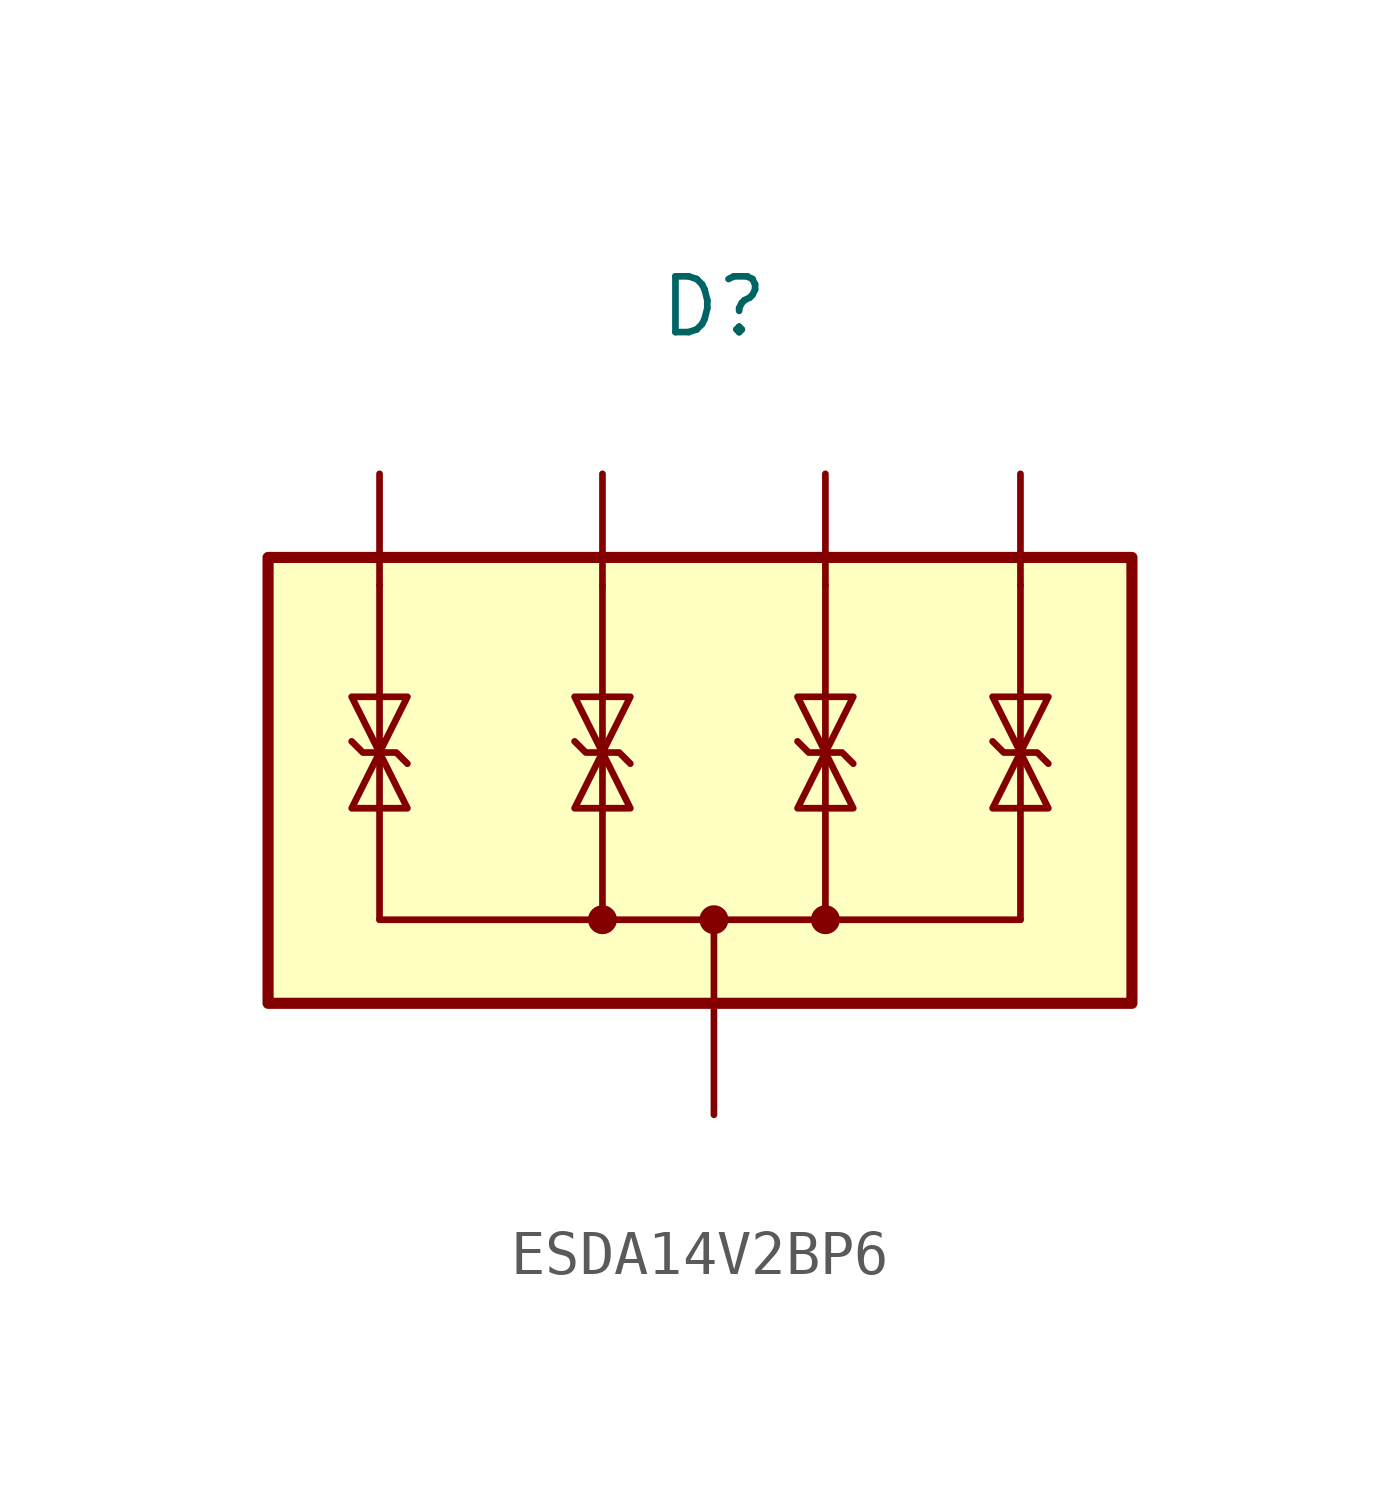
<source format=kicad_sym>
(kicad_symbol_lib
  (version 20220914)
  (generator kicad_symbol_editor)
  (symbol "ESDA14V2BP6"
    (pin_numbers hide)
    (pin_names hide)
    (property "Reference" "D"
      (at 0 0 0)
      (effects (font (size 1.27 1.27))))
    (property "Value" ""
      (at 0 0 0)
      (effects (font (size 1.27 1.27))))
    (symbol "ESDA14V2BP6_0_1"
      (rectangle (start -10.16 -5.715) (end 9.525 -15.875) (stroke (width 0.254) (type default)) (fill (type background)))
      (circle (center -2.54 -13.97) (radius 0.254) (stroke (width 0) (type default)) (fill (type outline)))
      (circle (center 0 -13.97) (radius 0.254) (stroke (width 0) (type default)) (fill (type outline)))
      (polyline (pts (xy -7.62 -6.35) (xy -7.62 -13.97)) (stroke (width 0) (type default)) (fill (type none)))
      (polyline (pts (xy -2.54 -6.35) (xy -2.54 -13.97)) (stroke (width 0) (type default)) (fill (type none)))
      (polyline (pts (xy 0 -13.97) (xy 0 -15.875)) (stroke (width 0) (type default)) (fill (type none)))
      (polyline (pts (xy 2.54 -6.35) (xy 2.54 -13.97)) (stroke (width 0) (type default)) (fill (type none)))
      (polyline (pts (xy 6.985 -13.97) (xy -7.62 -13.97)) (stroke (width 0.152) (type default)) (fill (type none)))
      (polyline (pts (xy 6.985 -6.35) (xy 6.985 -13.97)) (stroke (width 0) (type default)) (fill (type none)))
      (polyline (pts (xy -7.62 -10.16) (xy -8.255 -11.43) (xy -6.985 -11.43) (xy -7.62 -10.16)) (stroke (width 0) (type default)) (fill (type none)))
      (polyline (pts (xy -2.54 -10.16) (xy -3.175 -11.43) (xy -1.905 -11.43) (xy -2.54 -10.16)) (stroke (width 0) (type default)) (fill (type none)))
      (polyline (pts (xy 2.54 -10.16) (xy 1.905 -11.43) (xy 3.175 -11.43) (xy 2.54 -10.16)) (stroke (width 0) (type default)) (fill (type none)))
      (polyline (pts (xy 6.985 -10.16) (xy 6.35 -11.43) (xy 7.62 -11.43) (xy 6.985 -10.16)) (stroke (width 0) (type default)) (fill (type none)))
      (circle (center 2.54 -13.97) (radius 0.254) (stroke (width 0) (type default)) (fill (type outline))))
    (symbol "ESDA14V2BP6_1_0"
      (pin passive line (at 0 -18.415 90) (length 2.54) (name "GND" (effects (font (size 1.27 1.27)))) (number "2" (effects (font (size 1.27 1.27))))))
    (symbol "ESDA14V2BP6_1_1"
      (polyline (pts (xy -8.255 -9.906) (xy -8.001 -10.16) (xy -7.239 -10.16) (xy -6.985 -10.414)) (stroke (width 0) (type default)) (fill (type none)))
      (polyline (pts (xy -7.62 -10.16) (xy -8.255 -8.89) (xy -6.985 -8.89) (xy -7.62 -10.16)) (stroke (width 0) (type default)) (fill (type none)))
      (polyline (pts (xy -3.175 -9.906) (xy -2.921 -10.16) (xy -2.159 -10.16) (xy -1.905 -10.414)) (stroke (width 0) (type default)) (fill (type none)))
      (polyline (pts (xy -2.54 -10.16) (xy -3.175 -8.89) (xy -1.905 -8.89) (xy -2.54 -10.16)) (stroke (width 0) (type default)) (fill (type none)))
      (polyline (pts (xy 1.905 -9.906) (xy 2.159 -10.16) (xy 2.921 -10.16) (xy 3.175 -10.414)) (stroke (width 0) (type default)) (fill (type none)))
      (polyline (pts (xy 2.54 -10.16) (xy 1.905 -8.89) (xy 3.175 -8.89) (xy 2.54 -10.16)) (stroke (width 0) (type default)) (fill (type none)))
      (polyline (pts (xy 6.35 -9.906) (xy 6.604 -10.16) (xy 7.366 -10.16) (xy 7.62 -10.414)) (stroke (width 0) (type default)) (fill (type none)))
      (polyline (pts (xy 6.985 -10.16) (xy 6.35 -8.89) (xy 7.62 -8.89) (xy 6.985 -10.16)) (stroke (width 0) (type default)) (fill (type none)))
      (pin passive line (at -7.62 -3.81 270) (length 2.54) (name "IO1" (effects (font (size 1.27 1.27)))) (number "1" (effects (font (size 1.27 1.27)))))
      (pin passive line (at -2.54 -3.81 270) (length 2.54) (name "IO2" (effects (font (size 1.27 1.27)))) (number "3" (effects (font (size 1.27 1.27)))))
      (pin passive line (at 2.54 -3.81 270) (length 2.54) (name "IO3" (effects (font (size 1.27 1.27)))) (number "4" (effects (font (size 1.27 1.27)))))
      (pin passive line (at 0 -18.415 90) (length 2.54) hide (name "GND" (effects (font (size 1.27 1.27)))) (number "5" (effects (font (size 1.27 1.27)))))
      (pin passive line (at 6.985 -3.81 270) (length 2.54) (name "IO4" (effects (font (size 1.27 1.27)))) (number "6" (effects (font (size 1.27 1.27))))))))
</source>
